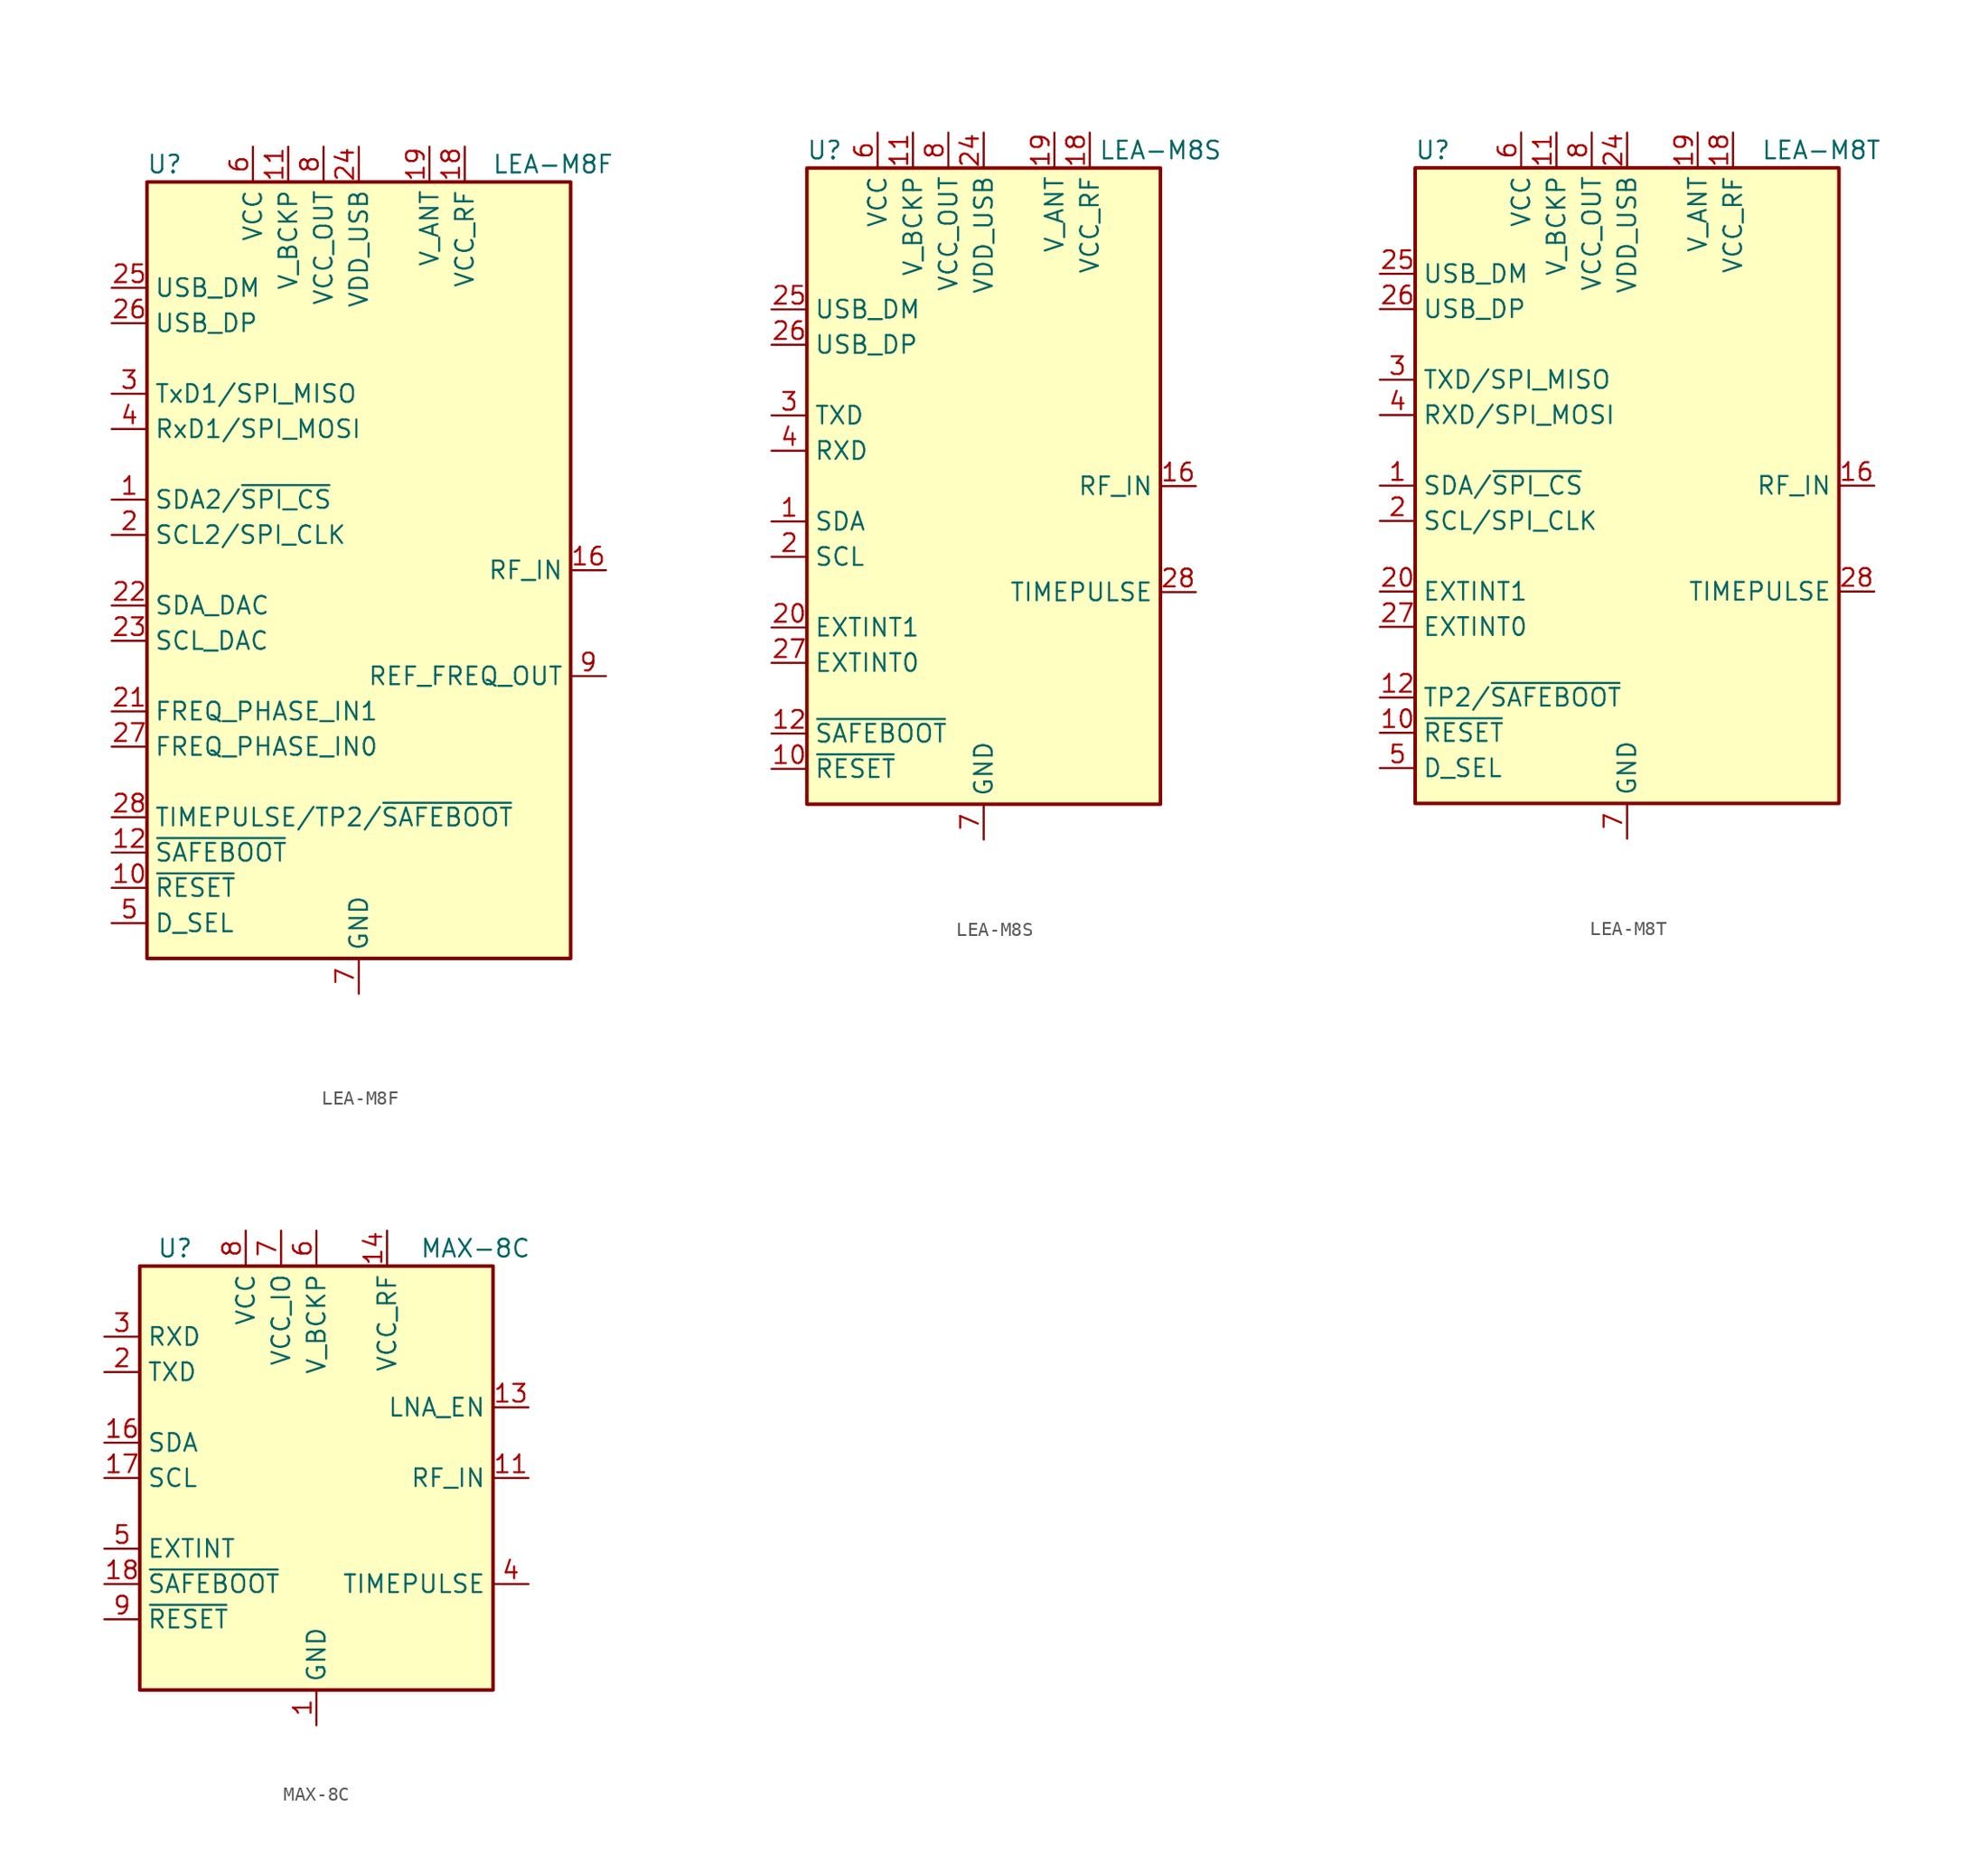
<source format=kicad_sym>
(kicad_symbol_lib
  (version 20201005)
  (generator kicad_symbol_editor)
  (symbol "LEA-M8F"
    (property "Reference" "U"
      (at -13.97 29.21 0)
      (effects (font (size 1.27 1.27))))
    (property "Value" "LEA-M8F"
      (at 13.97 29.21 0)
      (effects (font (size 1.27 1.27))))
    (symbol "LEA-M8F_0_1"
      (rectangle (start -15.24 27.94) (end 15.24 -27.94) (stroke (width 0.254)) (fill (type background))))
    (symbol "LEA-M8F_1_1"
      (pin bidirectional line (at -17.78 5.08 0) (length 2.54) (name "SDA2/~SPI_CS" (effects (font (size 1.27 1.27)))) (number "1" (effects (font (size 1.27 1.27)))))
      (pin input line (at -17.78 -22.86 0) (length 2.54) (name "~RESET" (effects (font (size 1.27 1.27)))) (number "10" (effects (font (size 1.27 1.27)))))
      (pin power_in line (at -5.08 30.48 270) (length 2.54) (name "V_BCKP" (effects (font (size 1.27 1.27)))) (number "11" (effects (font (size 1.27 1.27)))))
      (pin input line (at -17.78 -20.32 0) (length 2.54) (name "~SAFEBOOT" (effects (font (size 1.27 1.27)))) (number "12" (effects (font (size 1.27 1.27)))))
      (pin passive line (at 0 -30.48 90) (length 2.54) hide (name "GND" (effects (font (size 1.27 1.27)))) (number "13" (effects (font (size 1.27 1.27)))))
      (pin passive line (at 0 -30.48 90) (length 2.54) hide (name "GND" (effects (font (size 1.27 1.27)))) (number "14" (effects (font (size 1.27 1.27)))))
      (pin passive line (at 0 -30.48 90) (length 2.54) hide (name "GND" (effects (font (size 1.27 1.27)))) (number "15" (effects (font (size 1.27 1.27)))))
      (pin input line (at 17.78 0 180) (length 2.54) (name "RF_IN" (effects (font (size 1.27 1.27)))) (number "16" (effects (font (size 1.27 1.27)))))
      (pin passive line (at 0 -30.48 90) (length 2.54) hide (name "GND" (effects (font (size 1.27 1.27)))) (number "17" (effects (font (size 1.27 1.27)))))
      (pin power_out line (at 7.62 30.48 270) (length 2.54) (name "VCC_RF" (effects (font (size 1.27 1.27)))) (number "18" (effects (font (size 1.27 1.27)))))
      (pin power_in line (at 5.08 30.48 270) (length 2.54) (name "V_ANT" (effects (font (size 1.27 1.27)))) (number "19" (effects (font (size 1.27 1.27)))))
      (pin input line (at -17.78 2.54 0) (length 2.54) (name "SCL2/SPI_CLK" (effects (font (size 1.27 1.27)))) (number "2" (effects (font (size 1.27 1.27)))))
      (pin no_connect line (at 15.24 2.54 180) (length 2.54) hide (name "RESERVED" (effects (font (size 1.27 1.27)))) (number "20" (effects (font (size 1.27 1.27)))))
      (pin input line (at -17.78 -10.16 0) (length 2.54) (name "FREQ_PHASE_IN1" (effects (font (size 1.27 1.27)))) (number "21" (effects (font (size 1.27 1.27)))))
      (pin bidirectional line (at -17.78 -2.54 0) (length 2.54) (name "SDA_DAC" (effects (font (size 1.27 1.27)))) (number "22" (effects (font (size 1.27 1.27)))))
      (pin output line (at -17.78 -5.08 0) (length 2.54) (name "SCL_DAC" (effects (font (size 1.27 1.27)))) (number "23" (effects (font (size 1.27 1.27)))))
      (pin power_in line (at 0 30.48 270) (length 2.54) (name "VDD_USB" (effects (font (size 1.27 1.27)))) (number "24" (effects (font (size 1.27 1.27)))))
      (pin bidirectional line (at -17.78 20.32 0) (length 2.54) (name "USB_DM" (effects (font (size 1.27 1.27)))) (number "25" (effects (font (size 1.27 1.27)))))
      (pin bidirectional line (at -17.78 17.78 0) (length 2.54) (name "USB_DP" (effects (font (size 1.27 1.27)))) (number "26" (effects (font (size 1.27 1.27)))))
      (pin input line (at -17.78 -12.7 0) (length 2.54) (name "FREQ_PHASE_IN0" (effects (font (size 1.27 1.27)))) (number "27" (effects (font (size 1.27 1.27)))))
      (pin bidirectional line (at -17.78 -17.78 0) (length 2.54) (name "TIMEPULSE/TP2/~SAFEBOOT" (effects (font (size 1.27 1.27)))) (number "28" (effects (font (size 1.27 1.27)))))
      (pin output line (at -17.78 12.7 0) (length 2.54) (name "TxD1/SPI_MISO" (effects (font (size 1.27 1.27)))) (number "3" (effects (font (size 1.27 1.27)))))
      (pin input line (at -17.78 10.16 0) (length 2.54) (name "RxD1/SPI_MOSI" (effects (font (size 1.27 1.27)))) (number "4" (effects (font (size 1.27 1.27)))))
      (pin input line (at -17.78 -25.4 0) (length 2.54) (name "D_SEL" (effects (font (size 1.27 1.27)))) (number "5" (effects (font (size 1.27 1.27)))))
      (pin power_in line (at -7.62 30.48 270) (length 2.54) (name "VCC" (effects (font (size 1.27 1.27)))) (number "6" (effects (font (size 1.27 1.27)))))
      (pin power_in line (at 0 -30.48 90) (length 2.54) (name "GND" (effects (font (size 1.27 1.27)))) (number "7" (effects (font (size 1.27 1.27)))))
      (pin power_out line (at -2.54 30.48 270) (length 2.54) (name "VCC_OUT" (effects (font (size 1.27 1.27)))) (number "8" (effects (font (size 1.27 1.27)))))
      (pin output line (at 17.78 -7.62 180) (length 2.54) (name "REF_FREQ_OUT" (effects (font (size 1.27 1.27)))) (number "9" (effects (font (size 1.27 1.27)))))))
  (symbol "LEA-M8S"
    (property "Reference" "U"
      (at -11.43 24.13 0)
      (effects (font (size 1.27 1.27))))
    (property "Value" "LEA-M8S"
      (at 12.7 24.13 0)
      (effects (font (size 1.27 1.27))))
    (symbol "LEA-M8S_0_1"
      (rectangle (start -12.7 22.86) (end 12.7 -22.86) (stroke (width 0.254)) (fill (type background))))
    (symbol "LEA-M8S_1_1"
      (pin bidirectional line (at -15.24 -2.54 0) (length 2.54) (name "SDA" (effects (font (size 1.27 1.27)))) (number "1" (effects (font (size 1.27 1.27)))))
      (pin input line (at -15.24 -20.32 0) (length 2.54) (name "~RESET" (effects (font (size 1.27 1.27)))) (number "10" (effects (font (size 1.27 1.27)))))
      (pin power_in line (at -5.08 25.4 270) (length 2.54) (name "V_BCKP" (effects (font (size 1.27 1.27)))) (number "11" (effects (font (size 1.27 1.27)))))
      (pin input line (at -15.24 -17.78 0) (length 2.54) (name "~SAFEBOOT" (effects (font (size 1.27 1.27)))) (number "12" (effects (font (size 1.27 1.27)))))
      (pin passive line (at 0 -25.4 90) (length 2.54) hide (name "GND" (effects (font (size 1.27 1.27)))) (number "13" (effects (font (size 1.27 1.27)))))
      (pin passive line (at 0 -25.4 90) (length 2.54) hide (name "GND" (effects (font (size 1.27 1.27)))) (number "14" (effects (font (size 1.27 1.27)))))
      (pin passive line (at 0 -25.4 90) (length 2.54) hide (name "GND" (effects (font (size 1.27 1.27)))) (number "15" (effects (font (size 1.27 1.27)))))
      (pin input line (at 15.24 0 180) (length 2.54) (name "RF_IN" (effects (font (size 1.27 1.27)))) (number "16" (effects (font (size 1.27 1.27)))))
      (pin passive line (at 0 -25.4 90) (length 2.54) hide (name "GND" (effects (font (size 1.27 1.27)))) (number "17" (effects (font (size 1.27 1.27)))))
      (pin power_out line (at 7.62 25.4 270) (length 2.54) (name "VCC_RF" (effects (font (size 1.27 1.27)))) (number "18" (effects (font (size 1.27 1.27)))))
      (pin power_in line (at 5.08 25.4 270) (length 2.54) (name "V_ANT" (effects (font (size 1.27 1.27)))) (number "19" (effects (font (size 1.27 1.27)))))
      (pin input line (at -15.24 -5.08 0) (length 2.54) (name "SCL" (effects (font (size 1.27 1.27)))) (number "2" (effects (font (size 1.27 1.27)))))
      (pin input line (at -15.24 -10.16 0) (length 2.54) (name "EXTINT1" (effects (font (size 1.27 1.27)))) (number "20" (effects (font (size 1.27 1.27)))))
      (pin no_connect line (at 12.7 7.62 180) (length 2.54) hide (name "RESERVED" (effects (font (size 1.27 1.27)))) (number "21" (effects (font (size 1.27 1.27)))))
      (pin no_connect line (at 12.7 5.08 180) (length 2.54) hide (name "RESERVED" (effects (font (size 1.27 1.27)))) (number "22" (effects (font (size 1.27 1.27)))))
      (pin no_connect line (at 12.7 2.54 180) (length 2.54) hide (name "RESERVED" (effects (font (size 1.27 1.27)))) (number "23" (effects (font (size 1.27 1.27)))))
      (pin power_in line (at 0 25.4 270) (length 2.54) (name "VDD_USB" (effects (font (size 1.27 1.27)))) (number "24" (effects (font (size 1.27 1.27)))))
      (pin bidirectional line (at -15.24 12.7 0) (length 2.54) (name "USB_DM" (effects (font (size 1.27 1.27)))) (number "25" (effects (font (size 1.27 1.27)))))
      (pin bidirectional line (at -15.24 10.16 0) (length 2.54) (name "USB_DP" (effects (font (size 1.27 1.27)))) (number "26" (effects (font (size 1.27 1.27)))))
      (pin input line (at -15.24 -12.7 0) (length 2.54) (name "EXTINT0" (effects (font (size 1.27 1.27)))) (number "27" (effects (font (size 1.27 1.27)))))
      (pin output line (at 15.24 -7.62 180) (length 2.54) (name "TIMEPULSE" (effects (font (size 1.27 1.27)))) (number "28" (effects (font (size 1.27 1.27)))))
      (pin output line (at -15.24 5.08 0) (length 2.54) (name "TXD" (effects (font (size 1.27 1.27)))) (number "3" (effects (font (size 1.27 1.27)))))
      (pin input line (at -15.24 2.54 0) (length 2.54) (name "RXD" (effects (font (size 1.27 1.27)))) (number "4" (effects (font (size 1.27 1.27)))))
      (pin no_connect line (at 12.7 12.7 180) (length 2.54) hide (name "RESERVED" (effects (font (size 1.27 1.27)))) (number "5" (effects (font (size 1.27 1.27)))))
      (pin power_in line (at -7.62 25.4 270) (length 2.54) (name "VCC" (effects (font (size 1.27 1.27)))) (number "6" (effects (font (size 1.27 1.27)))))
      (pin power_in line (at 0 -25.4 90) (length 2.54) (name "GND" (effects (font (size 1.27 1.27)))) (number "7" (effects (font (size 1.27 1.27)))))
      (pin power_out line (at -2.54 25.4 270) (length 2.54) (name "VCC_OUT" (effects (font (size 1.27 1.27)))) (number "8" (effects (font (size 1.27 1.27)))))
      (pin no_connect line (at 12.7 10.16 180) (length 2.54) hide (name "RESERVED" (effects (font (size 1.27 1.27)))) (number "9" (effects (font (size 1.27 1.27)))))))
  (symbol "LEA-M8T"
    (property "Reference" "U"
      (at -13.97 24.13 0)
      (effects (font (size 1.27 1.27))))
    (property "Value" "LEA-M8T"
      (at 13.97 24.13 0)
      (effects (font (size 1.27 1.27))))
    (symbol "LEA-M8T_0_1"
      (rectangle (start -15.24 22.86) (end 15.24 -22.86) (stroke (width 0.254)) (fill (type background))))
    (symbol "LEA-M8T_1_1"
      (pin bidirectional line (at -17.78 0 0) (length 2.54) (name "SDA/~SPI_CS" (effects (font (size 1.27 1.27)))) (number "1" (effects (font (size 1.27 1.27)))))
      (pin input line (at -17.78 -17.78 0) (length 2.54) (name "~RESET" (effects (font (size 1.27 1.27)))) (number "10" (effects (font (size 1.27 1.27)))))
      (pin power_in line (at -5.08 25.4 270) (length 2.54) (name "V_BCKP" (effects (font (size 1.27 1.27)))) (number "11" (effects (font (size 1.27 1.27)))))
      (pin bidirectional line (at -17.78 -15.24 0) (length 2.54) (name "TP2/~SAFEBOOT" (effects (font (size 1.27 1.27)))) (number "12" (effects (font (size 1.27 1.27)))))
      (pin passive line (at 0 -25.4 90) (length 2.54) hide (name "GND" (effects (font (size 1.27 1.27)))) (number "13" (effects (font (size 1.27 1.27)))))
      (pin passive line (at 0 -25.4 90) (length 2.54) hide (name "GND" (effects (font (size 1.27 1.27)))) (number "14" (effects (font (size 1.27 1.27)))))
      (pin passive line (at 0 -25.4 90) (length 2.54) hide (name "GND" (effects (font (size 1.27 1.27)))) (number "15" (effects (font (size 1.27 1.27)))))
      (pin input line (at 17.78 0 180) (length 2.54) (name "RF_IN" (effects (font (size 1.27 1.27)))) (number "16" (effects (font (size 1.27 1.27)))))
      (pin passive line (at 0 -25.4 90) (length 2.54) hide (name "GND" (effects (font (size 1.27 1.27)))) (number "17" (effects (font (size 1.27 1.27)))))
      (pin power_out line (at 7.62 25.4 270) (length 2.54) (name "VCC_RF" (effects (font (size 1.27 1.27)))) (number "18" (effects (font (size 1.27 1.27)))))
      (pin power_in line (at 5.08 25.4 270) (length 2.54) (name "V_ANT" (effects (font (size 1.27 1.27)))) (number "19" (effects (font (size 1.27 1.27)))))
      (pin input line (at -17.78 -2.54 0) (length 2.54) (name "SCL/SPI_CLK" (effects (font (size 1.27 1.27)))) (number "2" (effects (font (size 1.27 1.27)))))
      (pin input line (at -17.78 -7.62 0) (length 2.54) (name "EXTINT1" (effects (font (size 1.27 1.27)))) (number "20" (effects (font (size 1.27 1.27)))))
      (pin no_connect line (at 15.24 7.62 180) (length 2.54) hide (name "RESERVED" (effects (font (size 1.27 1.27)))) (number "21" (effects (font (size 1.27 1.27)))))
      (pin no_connect line (at 15.24 5.08 180) (length 2.54) hide (name "RESERVED" (effects (font (size 1.27 1.27)))) (number "22" (effects (font (size 1.27 1.27)))))
      (pin no_connect line (at 15.24 2.54 180) (length 2.54) hide (name "RESERVED" (effects (font (size 1.27 1.27)))) (number "23" (effects (font (size 1.27 1.27)))))
      (pin power_in line (at 0 25.4 270) (length 2.54) (name "VDD_USB" (effects (font (size 1.27 1.27)))) (number "24" (effects (font (size 1.27 1.27)))))
      (pin bidirectional line (at -17.78 15.24 0) (length 2.54) (name "USB_DM" (effects (font (size 1.27 1.27)))) (number "25" (effects (font (size 1.27 1.27)))))
      (pin bidirectional line (at -17.78 12.7 0) (length 2.54) (name "USB_DP" (effects (font (size 1.27 1.27)))) (number "26" (effects (font (size 1.27 1.27)))))
      (pin input line (at -17.78 -10.16 0) (length 2.54) (name "EXTINT0" (effects (font (size 1.27 1.27)))) (number "27" (effects (font (size 1.27 1.27)))))
      (pin output line (at 17.78 -7.62 180) (length 2.54) (name "TIMEPULSE" (effects (font (size 1.27 1.27)))) (number "28" (effects (font (size 1.27 1.27)))))
      (pin output line (at -17.78 7.62 0) (length 2.54) (name "TXD/SPI_MISO" (effects (font (size 1.27 1.27)))) (number "3" (effects (font (size 1.27 1.27)))))
      (pin input line (at -17.78 5.08 0) (length 2.54) (name "RXD/SPI_MOSI" (effects (font (size 1.27 1.27)))) (number "4" (effects (font (size 1.27 1.27)))))
      (pin input line (at -17.78 -20.32 0) (length 2.54) (name "D_SEL" (effects (font (size 1.27 1.27)))) (number "5" (effects (font (size 1.27 1.27)))))
      (pin power_in line (at -7.62 25.4 270) (length 2.54) (name "VCC" (effects (font (size 1.27 1.27)))) (number "6" (effects (font (size 1.27 1.27)))))
      (pin power_in line (at 0 -25.4 90) (length 2.54) (name "GND" (effects (font (size 1.27 1.27)))) (number "7" (effects (font (size 1.27 1.27)))))
      (pin power_out line (at -2.54 25.4 270) (length 2.54) (name "VCC_OUT" (effects (font (size 1.27 1.27)))) (number "8" (effects (font (size 1.27 1.27)))))
      (pin no_connect line (at 15.24 10.16 180) (length 2.54) hide (name "RESERVED" (effects (font (size 1.27 1.27)))) (number "9" (effects (font (size 1.27 1.27)))))))
  (symbol "MAX-8C"
    (property "Reference" "U"
      (at -10.16 16.51 0)
      (effects (font (size 1.27 1.27))))
    (property "Value" "MAX-8C"
      (at 11.43 16.51 0)
      (effects (font (size 1.27 1.27))))
    (symbol "MAX-8C_0_1"
      (rectangle (start 12.7 15.24) (end -12.7 -15.24) (stroke (width 0.254)) (fill (type background))))
    (symbol "MAX-8C_1_1"
      (pin power_in line (at 0 -17.78 90) (length 2.54) (name "GND" (effects (font (size 1.27 1.27)))) (number "1" (effects (font (size 1.27 1.27)))))
      (pin passive line (at 0 -17.78 90) (length 2.54) hide (name "GND" (effects (font (size 1.27 1.27)))) (number "10" (effects (font (size 1.27 1.27)))))
      (pin input line (at 15.24 0 180) (length 2.54) (name "RF_IN" (effects (font (size 1.27 1.27)))) (number "11" (effects (font (size 1.27 1.27)))))
      (pin passive line (at 0 -17.78 90) (length 2.54) hide (name "GND" (effects (font (size 1.27 1.27)))) (number "12" (effects (font (size 1.27 1.27)))))
      (pin output line (at 15.24 5.08 180) (length 2.54) (name "LNA_EN" (effects (font (size 1.27 1.27)))) (number "13" (effects (font (size 1.27 1.27)))))
      (pin power_out line (at 5.08 17.78 270) (length 2.54) (name "VCC_RF" (effects (font (size 1.27 1.27)))) (number "14" (effects (font (size 1.27 1.27)))))
      (pin no_connect line (at 12.7 -5.08 180) (length 2.54) hide (name "Reserved" (effects (font (size 1.27 1.27)))) (number "15" (effects (font (size 1.27 1.27)))))
      (pin bidirectional line (at -15.24 2.54 0) (length 2.54) (name "SDA" (effects (font (size 1.27 1.27)))) (number "16" (effects (font (size 1.27 1.27)))))
      (pin input line (at -15.24 0 0) (length 2.54) (name "SCL" (effects (font (size 1.27 1.27)))) (number "17" (effects (font (size 1.27 1.27)))))
      (pin input line (at -15.24 -7.62 0) (length 2.54) (name "~SAFEBOOT" (effects (font (size 1.27 1.27)))) (number "18" (effects (font (size 1.27 1.27)))))
      (pin output line (at -15.24 7.62 0) (length 2.54) (name "TXD" (effects (font (size 1.27 1.27)))) (number "2" (effects (font (size 1.27 1.27)))))
      (pin input line (at -15.24 10.16 0) (length 2.54) (name "RXD" (effects (font (size 1.27 1.27)))) (number "3" (effects (font (size 1.27 1.27)))))
      (pin output line (at 15.24 -7.62 180) (length 2.54) (name "TIMEPULSE" (effects (font (size 1.27 1.27)))) (number "4" (effects (font (size 1.27 1.27)))))
      (pin input line (at -15.24 -5.08 0) (length 2.54) (name "EXTINT" (effects (font (size 1.27 1.27)))) (number "5" (effects (font (size 1.27 1.27)))))
      (pin power_in line (at 0 17.78 270) (length 2.54) (name "V_BCKP" (effects (font (size 1.27 1.27)))) (number "6" (effects (font (size 1.27 1.27)))))
      (pin power_in line (at -2.54 17.78 270) (length 2.54) (name "VCC_IO" (effects (font (size 1.27 1.27)))) (number "7" (effects (font (size 1.27 1.27)))))
      (pin power_in line (at -5.08 17.78 270) (length 2.54) (name "VCC" (effects (font (size 1.27 1.27)))) (number "8" (effects (font (size 1.27 1.27)))))
      (pin input line (at -15.24 -10.16 0) (length 2.54) (name "~RESET" (effects (font (size 1.27 1.27)))) (number "9" (effects (font (size 1.27 1.27))))))))
</source>
